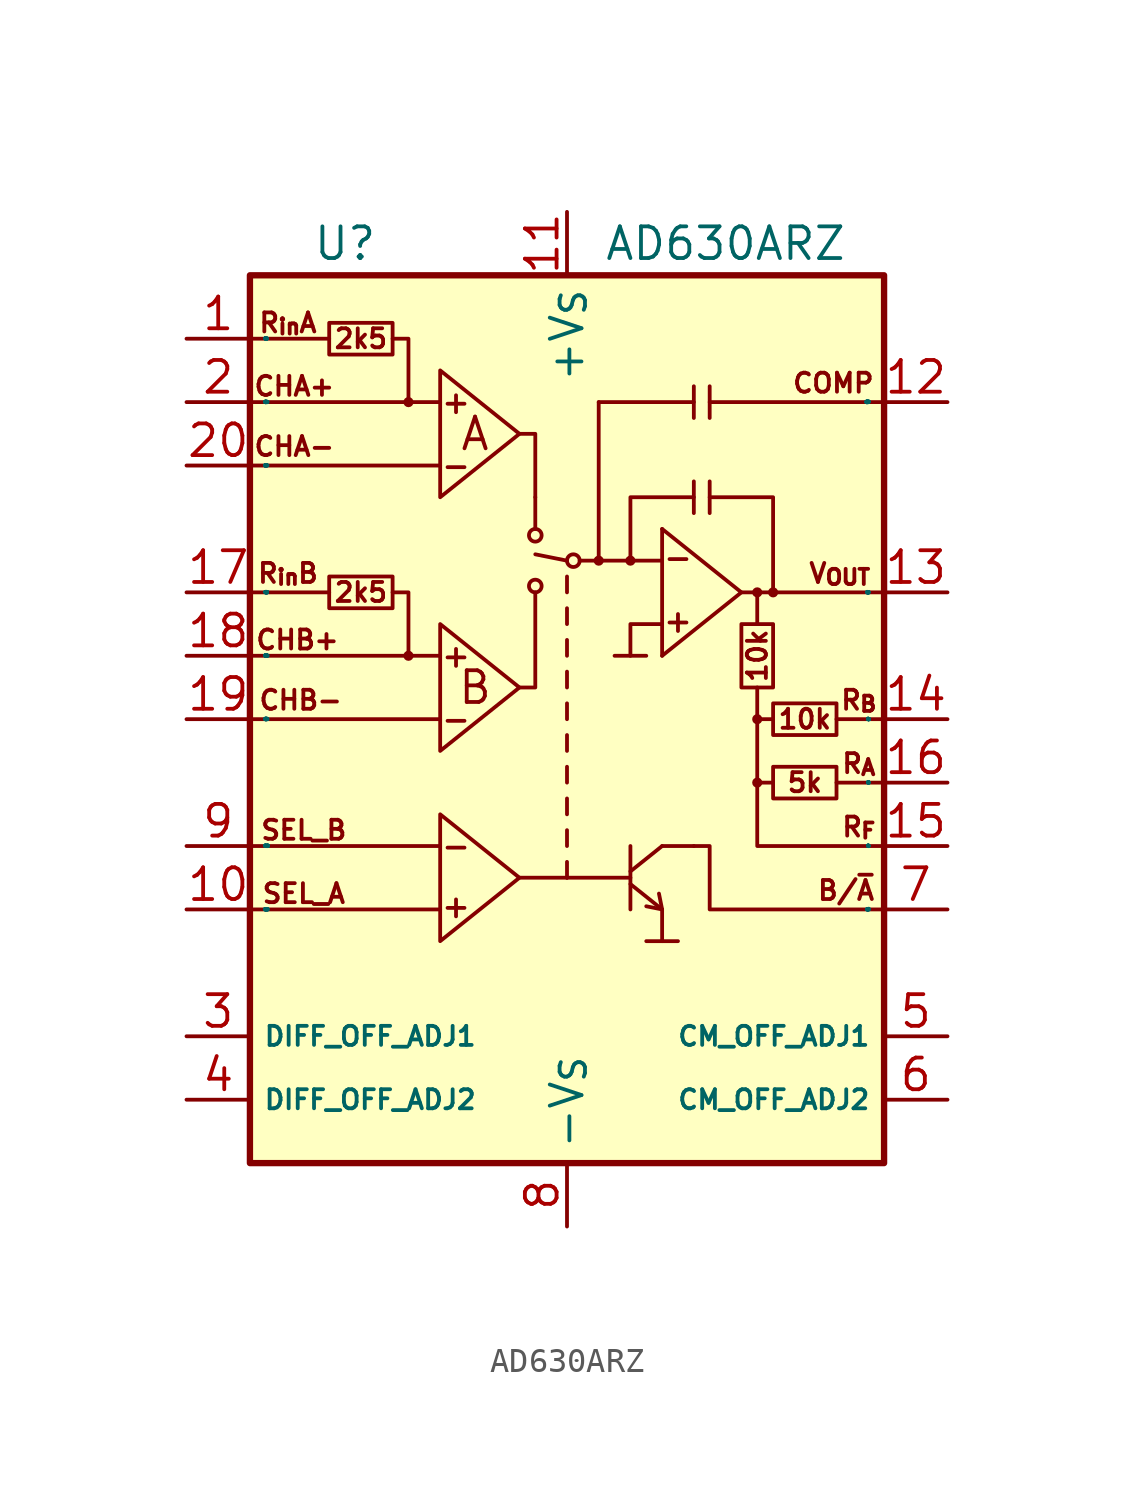
<source format=kicad_sym>
(kicad_symbol_lib
  (version 20231120)
  (generator "kicad_symbol_editor")
  (generator_version "8.0")
  (symbol "AD630ARZ"
    (property "Reference" "U"
      (at -8.89 19.05 0)
      (effects (font (size 1.27 1.27))))
    (property "Value" "AD630ARZ"
      (at 6.35 19.05 0)
      (effects (font (size 1.27 1.27))))
    (symbol "AD630ARZ_0_0"
      (text "+" (at -4.445 -7.493 0) (effects (font (size 0.889 0.889))))
      (text "+" (at -4.445 2.54 0) (effects (font (size 0.889 0.889))))
      (text "+" (at -4.445 12.7 0) (effects (font (size 0.889 0.889))))
      (text "+" (at 4.445 3.937 0) (effects (font (size 0.889 0.889))))
      (text "-" (at -4.445 -5.08 0) (effects (font (size 0.889 0.889))))
      (text "-" (at -4.445 0 0) (effects (font (size 0.889 0.889))))
      (text "-" (at -4.445 10.16 0) (effects (font (size 0.889 0.889))))
      (text "-" (at 4.445 6.477 0) (effects (font (size 0.889 0.889))))
      (text "10k" (at 7.62 2.54 900) (effects (font (size 0.762 0.762))))
      (text "10k" (at 9.525 0 0) (effects (font (size 0.762 0.762))))
      (text "2k5" (at -8.255 5.08 0) (effects (font (size 0.762 0.762))))
      (text "2k5" (at -8.255 15.24 0) (effects (font (size 0.762 0.762))))
      (text "5k" (at 9.525 -2.54 0) (effects (font (size 0.762 0.762))))
      (text "A" (at -3.683 11.43 0) (effects (font (size 1.27 1.27))))
      (text "B" (at -3.683 1.27 0) (effects (font (size 1.27 1.27))))
      (text "B/~{A}" (at 11.176 -6.858 0) (effects (font (size 0.762 0.762))))
      (text "CHA+" (at -10.922 13.335 0) (effects (font (size 0.762 0.762))))
      (text "CHA-" (at -10.922 10.922 0) (effects (font (size 0.762 0.762))))
      (text "CHB+" (at -10.795 3.175 0) (effects (font (size 0.762 0.762))))
      (text "CHB-" (at -10.668 0.762 0) (effects (font (size 0.762 0.762))))
      (text "COMP" (at 10.668 13.462 0) (effects (font (size 0.762 0.762))))
      (text "R_{A}" (at 11.684 -1.778 0) (effects (font (size 0.762 0.762))))
      (text "R_{B}" (at 11.684 0.762 0) (effects (font (size 0.762 0.762))))
      (text "R_{F}" (at 11.684 -4.318 0) (effects (font (size 0.762 0.762))))
      (text "R_{in}A" (at -11.176 15.875 0) (effects (font (size 0.762 0.762))))
      (text "R_{in}B" (at -11.176 5.842 0) (effects (font (size 0.762 0.762))))
      (text "SEL_A" (at -10.541 -6.985 0) (effects (font (size 0.762 0.762))))
      (text "SEL_B" (at -10.541 -4.445 0) (effects (font (size 0.762 0.762))))
      (text "V_{OUT}" (at 10.922 5.842 0) (effects (font (size 0.762 0.762)))))
    (symbol "AD630ARZ_0_1"
      (rectangle (start -12.7 17.78) (end 12.7 -17.78) (stroke (width 0.254) (type default)) (fill (type background)))
      (circle (center -6.35 2.54) (radius 0.127) (stroke (width 0) (type default)) (fill (type none)))
      (circle (center -6.35 12.7) (radius 0.127) (stroke (width 0) (type default)) (fill (type none)))
      (circle (center -1.27 5.334) (radius 0.254) (stroke (width 0) (type default)) (fill (type none)))
      (circle (center -1.27 7.366) (radius 0.254) (stroke (width 0) (type default)) (fill (type none)))
      (polyline (pts (xy -12.7 -7.62) (xy -5.08 -7.62)) (stroke (width 0) (type default)) (fill (type none)))
      (polyline (pts (xy -12.7 -5.08) (xy -5.08 -5.08)) (stroke (width 0) (type default)) (fill (type none)))
      (polyline (pts (xy -12.7 0) (xy -5.08 0)) (stroke (width 0) (type default)) (fill (type none)))
      (polyline (pts (xy -12.7 5.08) (xy -9.525 5.08)) (stroke (width 0) (type default)) (fill (type none)))
      (polyline (pts (xy -12.7 10.16) (xy -5.08 10.16)) (stroke (width 0) (type default)) (fill (type none)))
      (polyline (pts (xy -12.7 15.24) (xy -9.525 15.24)) (stroke (width 0) (type default)) (fill (type none)))
      (polyline (pts (xy -6.35 12.7) (xy -5.08 12.7)) (stroke (width 0) (type default)) (fill (type none)))
      (polyline (pts (xy -1.905 -6.35) (xy 0 -6.35)) (stroke (width 0) (type default)) (fill (type none)))
      (polyline (pts (xy -1.27 8.89) (xy -1.27 7.62)) (stroke (width 0) (type default)) (fill (type none)))
      (polyline (pts (xy 0 -6.35) (xy 2.54 -6.35)) (stroke (width 0) (type default)) (fill (type none)))
      (polyline (pts (xy 0 -5.715) (xy 0 -6.35)) (stroke (width 0) (type default)) (fill (type none)))
      (polyline (pts (xy 0 -4.445) (xy 0 -5.08)) (stroke (width 0) (type default)) (fill (type none)))
      (polyline (pts (xy 0 -3.175) (xy 0 -3.81)) (stroke (width 0) (type default)) (fill (type none)))
      (polyline (pts (xy 0 -1.905) (xy 0 -2.54)) (stroke (width 0) (type default)) (fill (type none)))
      (polyline (pts (xy 0 -0.635) (xy 0 -1.27)) (stroke (width 0) (type default)) (fill (type none)))
      (polyline (pts (xy 0 0.635) (xy 0 0)) (stroke (width 0) (type default)) (fill (type none)))
      (polyline (pts (xy 0 1.905) (xy 0 1.27)) (stroke (width 0) (type default)) (fill (type none)))
      (polyline (pts (xy 0 3.175) (xy 0 2.54)) (stroke (width 0) (type default)) (fill (type none)))
      (polyline (pts (xy 0 4.445) (xy 0 3.81)) (stroke (width 0) (type default)) (fill (type none)))
      (polyline (pts (xy 0 5.715) (xy 0 5.08)) (stroke (width 0) (type default)) (fill (type none)))
      (polyline (pts (xy 0 6.35) (xy -1.27 6.604)) (stroke (width 0) (type default)) (fill (type none)))
      (polyline (pts (xy 1.27 6.35) (xy 0.508 6.35)) (stroke (width 0) (type default)) (fill (type none)))
      (polyline (pts (xy 1.27 6.35) (xy 1.27 12.7)) (stroke (width 0) (type default)) (fill (type none)))
      (polyline (pts (xy 1.27 6.35) (xy 3.81 6.35)) (stroke (width 0) (type default)) (fill (type none)))
      (polyline (pts (xy 1.905 2.54) (xy 3.175 2.54)) (stroke (width 0) (type default)) (fill (type none)))
      (polyline (pts (xy 2.54 -6.604) (xy 3.81 -7.62)) (stroke (width 0) (type default)) (fill (type none)))
      (polyline (pts (xy 2.54 -6.096) (xy 3.81 -5.08)) (stroke (width 0) (type default)) (fill (type none)))
      (polyline (pts (xy 2.54 -5.08) (xy 2.54 -7.62)) (stroke (width 0) (type default)) (fill (type none)))
      (polyline (pts (xy 3.81 -8.89) (xy 4.445 -8.89)) (stroke (width 0) (type default)) (fill (type none)))
      (polyline (pts (xy 3.81 -5.08) (xy 5.08 -5.08)) (stroke (width 0) (type default)) (fill (type none)))
      (polyline (pts (xy 3.81 7.62) (xy 3.81 2.54)) (stroke (width 0) (type default)) (fill (type none)))
      (polyline (pts (xy 5.08 9.525) (xy 5.08 8.255)) (stroke (width 0) (type default)) (fill (type none)))
      (polyline (pts (xy 5.08 12.065) (xy 5.08 12.7)) (stroke (width 0) (type default)) (fill (type none)))
      (polyline (pts (xy 5.715 9.525) (xy 5.715 8.255)) (stroke (width 0) (type default)) (fill (type none)))
      (polyline (pts (xy 5.715 12.7) (xy 12.7 12.7)) (stroke (width 0) (type default)) (fill (type none)))
      (polyline (pts (xy 5.715 13.335) (xy 5.715 12.065)) (stroke (width 0) (type default)) (fill (type none)))
      (polyline (pts (xy 7.62 1.27) (xy 7.62 -2.54)) (stroke (width 0) (type default)) (fill (type none)))
      (polyline (pts (xy 7.62 5.08) (xy 12.7 5.08)) (stroke (width 0) (type default)) (fill (type none)))
      (polyline (pts (xy 8.255 -2.54) (xy 7.62 -2.54)) (stroke (width 0) (type default)) (fill (type none)))
      (polyline (pts (xy 8.255 0) (xy 7.62 0)) (stroke (width 0) (type default)) (fill (type none)))
      (polyline (pts (xy 10.795 -2.54) (xy 12.7 -2.54)) (stroke (width 0) (type default)) (fill (type none)))
      (polyline (pts (xy 10.795 0) (xy 12.7 0)) (stroke (width 0) (type default)) (fill (type none)))
      (polyline (pts (xy -6.35 2.54) (xy -5.715 2.54) (xy -5.08 2.54)) (stroke (width 0) (type default)) (fill (type none)))
      (polyline (pts (xy -1.905 1.27) (xy -1.27 1.27) (xy -1.27 5.08)) (stroke (width 0) (type default)) (fill (type none)))
      (polyline (pts (xy -1.905 11.43) (xy -1.27 11.43) (xy -1.27 8.89)) (stroke (width 0) (type default)) (fill (type none)))
      (polyline (pts (xy 1.27 12.7) (xy 5.08 12.7) (xy 5.08 13.335)) (stroke (width 0) (type default)) (fill (type none)))
      (polyline (pts (xy 2.54 6.35) (xy 2.54 8.89) (xy 5.08 8.89)) (stroke (width 0) (type default)) (fill (type none)))
      (polyline (pts (xy 3.683 -6.985) (xy 3.81 -7.62) (xy 3.175 -7.493)) (stroke (width 0) (type default)) (fill (type none)))
      (polyline (pts (xy 3.81 -7.62) (xy 3.81 -8.89) (xy 3.175 -8.89)) (stroke (width 0) (type default)) (fill (type none)))
      (polyline (pts (xy 3.81 3.81) (xy 2.54 3.81) (xy 2.54 2.54)) (stroke (width 0) (type default)) (fill (type none)))
      (polyline (pts (xy 3.81 7.62) (xy 6.985 5.08) (xy 3.81 2.54)) (stroke (width 0) (type default)) (fill (type none)))
      (polyline (pts (xy 5.715 8.89) (xy 8.255 8.89) (xy 8.255 5.08)) (stroke (width 0) (type default)) (fill (type none)))
      (polyline (pts (xy 7.62 -2.54) (xy 7.62 -5.08) (xy 12.7 -5.08)) (stroke (width 0) (type default)) (fill (type none)))
      (polyline (pts (xy 7.62 3.81) (xy 7.62 5.08) (xy 6.985 5.08)) (stroke (width 0) (type default)) (fill (type none)))
      (polyline (pts (xy -6.985 5.08) (xy -6.35 5.08) (xy -6.35 2.54) (xy -12.7 2.54)) (stroke (width 0) (type default)) (fill (type none)))
      (polyline (pts (xy -6.985 15.24) (xy -6.35 15.24) (xy -6.35 12.7) (xy -12.7 12.7)) (stroke (width 0) (type default)) (fill (type none)))
      (polyline (pts (xy -5.08 -3.81) (xy -5.08 -8.89) (xy -1.905 -6.35) (xy -5.08 -3.81)) (stroke (width 0) (type default)) (fill (type none)))
      (polyline (pts (xy -5.08 3.81) (xy -5.08 -1.27) (xy -1.905 1.27) (xy -5.08 3.81)) (stroke (width 0) (type default)) (fill (type none)))
      (polyline (pts (xy -5.08 13.97) (xy -5.08 8.89) (xy -1.905 11.43) (xy -5.08 13.97)) (stroke (width 0) (type default)) (fill (type none)))
      (polyline (pts (xy 5.08 -5.08) (xy 5.715 -5.08) (xy 5.715 -7.62) (xy 12.7 -7.62)) (stroke (width 0) (type default)) (fill (type none)))
      (polyline (pts (xy -9.525 5.715) (xy -9.525 4.445) (xy -6.985 4.445) (xy -6.985 5.715) (xy -9.525 5.715)) (stroke (width 0) (type default)) (fill (type none)))
      (polyline (pts (xy -9.525 15.875) (xy -9.525 14.605) (xy -6.985 14.605) (xy -6.985 15.875) (xy -9.525 15.875)) (stroke (width 0) (type default)) (fill (type none)))
      (polyline (pts (xy 6.985 3.81) (xy 8.255 3.81) (xy 8.255 1.27) (xy 6.985 1.27) (xy 6.985 3.81)) (stroke (width 0) (type default)) (fill (type none)))
      (polyline (pts (xy 8.255 -1.905) (xy 8.255 -3.175) (xy 10.795 -3.175) (xy 10.795 -1.905) (xy 8.255 -1.905)) (stroke (width 0) (type default)) (fill (type none)))
      (polyline (pts (xy 8.255 0.635) (xy 8.255 -0.635) (xy 10.795 -0.635) (xy 10.795 0.635) (xy 8.255 0.635)) (stroke (width 0) (type default)) (fill (type none)))
      (circle (center 0.254 6.35) (radius 0.254) (stroke (width 0) (type default)) (fill (type none)))
      (circle (center 1.27 6.35) (radius 0.127) (stroke (width 0) (type default)) (fill (type none)))
      (circle (center 2.54 6.35) (radius 0.127) (stroke (width 0) (type default)) (fill (type none)))
      (circle (center 7.62 -2.54) (radius 0.127) (stroke (width 0) (type default)) (fill (type none)))
      (circle (center 7.62 0) (radius 0.127) (stroke (width 0) (type default)) (fill (type none)))
      (circle (center 7.62 5.08) (radius 0.127) (stroke (width 0) (type default)) (fill (type none)))
      (circle (center 8.255 5.08) (radius 0.127) (stroke (width 0) (type default)) (fill (type none))))
    (symbol "AD630ARZ_1_1"
      (pin input line (at -15.24 15.24 0) (length 2.54) (name "R_{in}A" (effects (font (size 0.025 0.025)))) (number "1" (effects (font (size 1.27 1.27)))))
      (pin input line (at -15.24 -7.62 0) (length 2.54) (name "SEL_A" (effects (font (size 0.025 0.025)))) (number "10" (effects (font (size 1.27 1.27)))))
      (pin power_in line (at 0 20.32 270) (length 2.54) (name "+V_{S}" (effects (font (size 1.27 1.27)))) (number "11" (effects (font (size 1.27 1.27)))))
      (pin passive line (at 15.24 12.7 180) (length 2.54) (name "COMP" (effects (font (size 0.025 0.025)))) (number "12" (effects (font (size 1.27 1.27)))))
      (pin output line (at 15.24 5.08 180) (length 2.54) (name "V_{OUT}" (effects (font (size 0.025 0.025)))) (number "13" (effects (font (size 1.27 1.27)))))
      (pin output line (at 15.24 0 180) (length 2.54) (name "R_{B}" (effects (font (size 0.025 0.025)))) (number "14" (effects (font (size 1.27 1.27)))))
      (pin output line (at 15.24 -5.08 180) (length 2.54) (name "R_{F}" (effects (font (size 0.025 0.025)))) (number "15" (effects (font (size 1.27 1.27)))))
      (pin output line (at 15.24 -2.54 180) (length 2.54) (name "R_{A}" (effects (font (size 0.025 0.025)))) (number "16" (effects (font (size 1.27 1.27)))))
      (pin input line (at -15.24 5.08 0) (length 2.54) (name "R_{in}B" (effects (font (size 0.025 0.025)))) (number "17" (effects (font (size 1.27 1.27)))))
      (pin input line (at -15.24 2.54 0) (length 2.54) (name "CHB+" (effects (font (size 0.025 0.025)))) (number "18" (effects (font (size 1.27 1.27)))))
      (pin input line (at -15.24 0 0) (length 2.54) (name "CHB-" (effects (font (size 0.025 0.025)))) (number "19" (effects (font (size 1.27 1.27)))))
      (pin input line (at -15.24 12.7 0) (length 2.54) (name "CHA+" (effects (font (size 0.025 0.025)))) (number "2" (effects (font (size 1.27 1.27)))))
      (pin input line (at -15.24 10.16 0) (length 2.54) (name "CHA-" (effects (font (size 0.025 0.025)))) (number "20" (effects (font (size 1.27 1.27)))))
      (pin passive line (at -15.24 -12.7 0) (length 2.54) (name "DIFF_OFF_ADJ1" (effects (font (size 0.762 0.762)))) (number "3" (effects (font (size 1.27 1.27)))))
      (pin passive line (at -15.24 -15.24 0) (length 2.54) (name "DIFF_OFF_ADJ2" (effects (font (size 0.762 0.762)))) (number "4" (effects (font (size 1.27 1.27)))))
      (pin passive line (at 15.24 -12.7 180) (length 2.54) (name "CM_OFF_ADJ1" (effects (font (size 0.762 0.762)))) (number "5" (effects (font (size 1.27 1.27)))))
      (pin passive line (at 15.24 -15.24 180) (length 2.54) (name "CM_OFF_ADJ2" (effects (font (size 0.762 0.762)))) (number "6" (effects (font (size 1.27 1.27)))))
      (pin open_collector line (at 15.24 -7.62 180) (length 2.54) (name "B/~{A}" (effects (font (size 0.025 0.025)))) (number "7" (effects (font (size 1.27 1.27)))))
      (pin power_in line (at 0 -20.32 90) (length 2.54) (name "-V_{S}" (effects (font (size 1.27 1.27)))) (number "8" (effects (font (size 1.27 1.27)))))
      (pin input line (at -15.24 -5.08 0) (length 2.54) (name "SEL_B" (effects (font (size 0.025 0.025)))) (number "9" (effects (font (size 1.27 1.27))))))))
</source>
